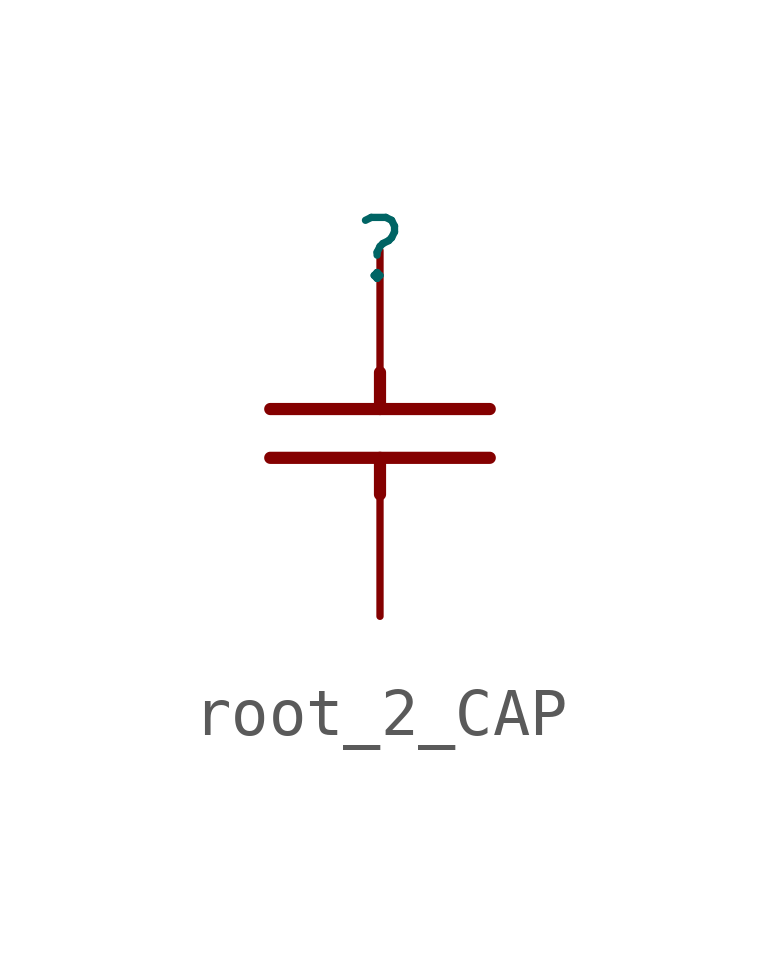
<source format=kicad_sym>
(kicad_symbol_lib
  (version 20220914)
  (generator kicad_symbol_editor)
  (symbol "root_2_CAP"
    (property "Reference" ""
      (at 0 0 0)
      (effects (font (size 1.27 1.27))))
    (property "Value" ""
      (at 0 0 0)
      (effects (font (size 1.27 1.27))))
    (symbol "root_2_CAP_1_0"
      (polyline (pts (xy 0 -5.08) (xy 0 -4.318)) (stroke (width 0.254) (type solid)) (fill (type none)))
      (polyline (pts (xy 0 -3.302) (xy 0 -2.54)) (stroke (width 0.254) (type solid)) (fill (type none)))
      (polyline (pts (xy 2.286 -4.318) (xy -2.286 -4.318)) (stroke (width 0.254) (type solid)) (fill (type none)))
      (polyline (pts (xy 2.286 -3.302) (xy -2.286 -3.302)) (stroke (width 0.254) (type solid)) (fill (type none)))
      (pin passive line (at 0 -7.62 90) (length 2.54) (name "1" (effects (font (size 0 0)))) (number "1" (effects (font (size 0 0)))))
      (pin passive line (at 0 0 270) (length 2.54) (name "2" (effects (font (size 0 0)))) (number "2" (effects (font (size 0 0))))))))
</source>
